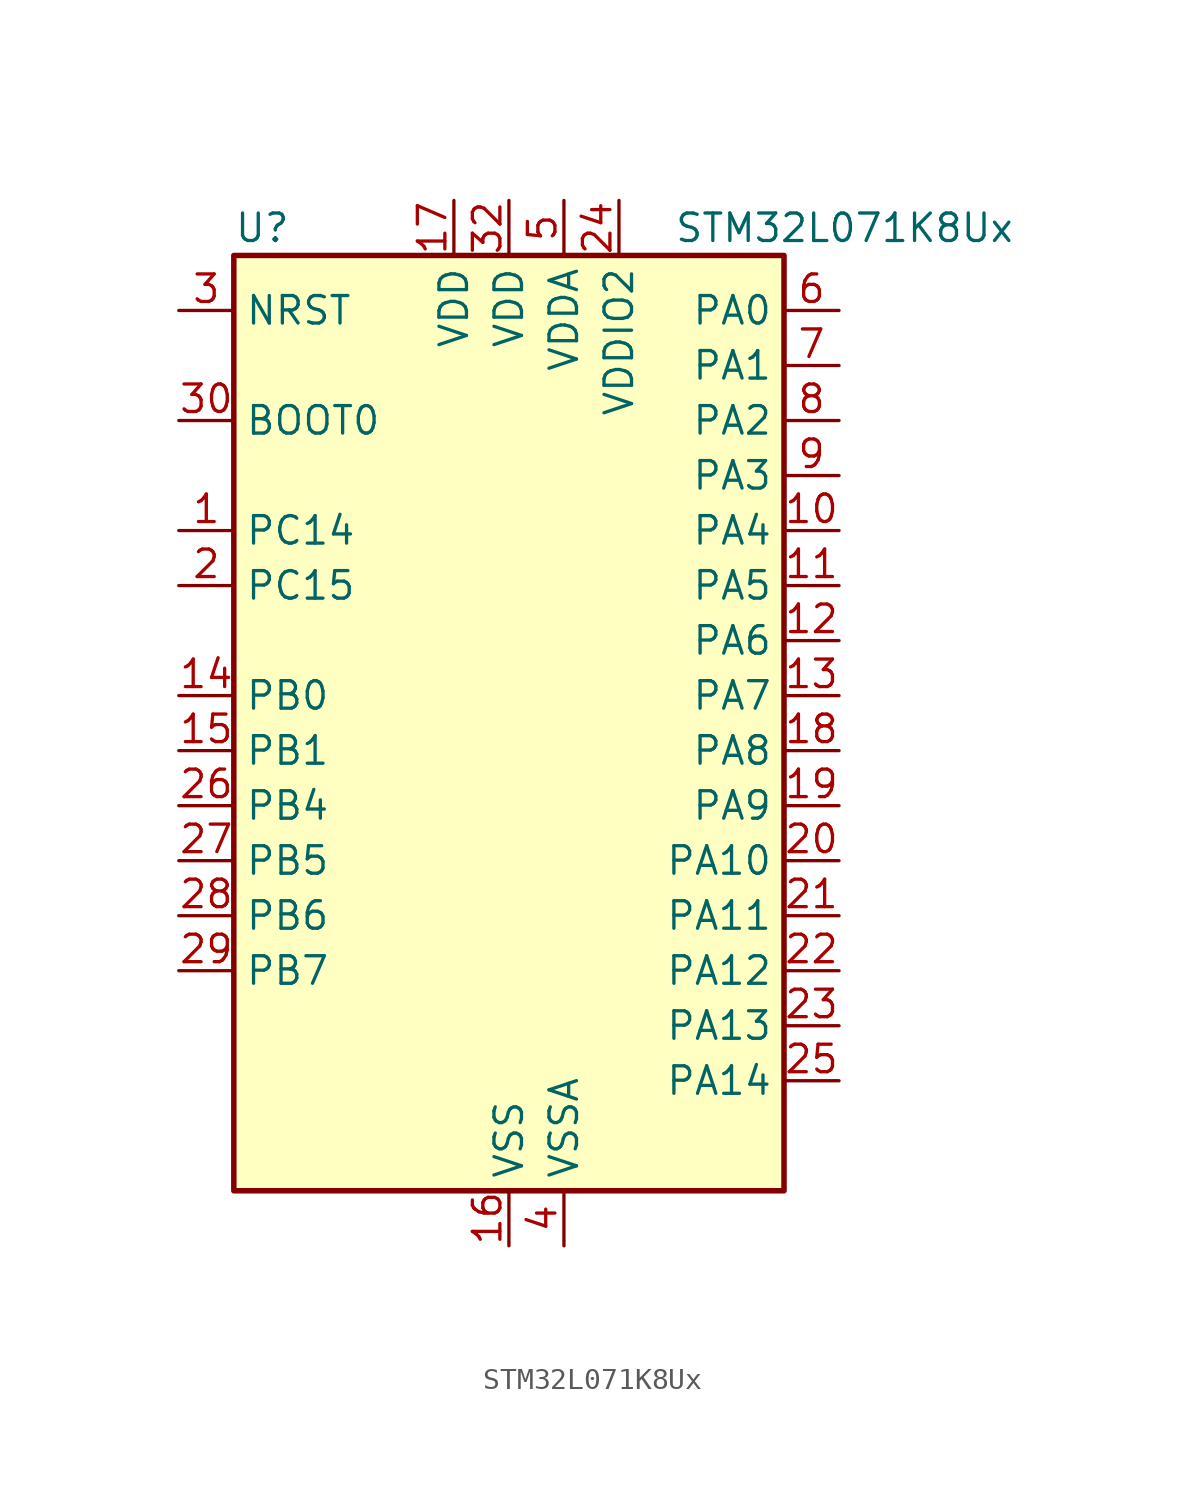
<source format=kicad_sym>
(kicad_symbol_lib
  (version 20220914)
  (generator kicad_symbol_editor)
  (symbol "STM32L071K8Ux"
    (property "Reference" "U"
      (at -12.7 24.13 0)
      (effects (font (size 1.27 1.27)) (justify left)))
    (property "Value" "STM32L071K8Ux"
      (at 7.62 24.13 0)
      (effects (font (size 1.27 1.27)) (justify left)))
    (property "ki_locked" ""
      (at 0 0 0)
      (effects (font (size 1.27 1.27))))
    (symbol "STM32L071K8Ux_0_1"
      (rectangle (start -12.7 -20.32) (end 12.7 22.86) (stroke (width 0.254) (type default)) (fill (type background))))
    (symbol "STM32L071K8Ux_1_1"
      (pin bidirectional line (at -15.24 10.16 0) (length 2.54) (name "PC14" (effects (font (size 1.27 1.27)))) (number "1" (effects (font (size 1.27 1.27)))) (alternate "RCC_OSC32_IN" bidirectional line))
      (pin bidirectional line (at 15.24 10.16 180) (length 2.54) (name "PA4" (effects (font (size 1.27 1.27)))) (number "10" (effects (font (size 1.27 1.27)))) (alternate "ADC_IN4" bidirectional line) (alternate "COMP1_INM" bidirectional line) (alternate "COMP2_INM" bidirectional line) (alternate "SPI1_NSS" bidirectional line) (alternate "TIM22_ETR" bidirectional line) (alternate "USART2_CK" bidirectional line))
      (pin bidirectional line (at 15.24 7.62 180) (length 2.54) (name "PA5" (effects (font (size 1.27 1.27)))) (number "11" (effects (font (size 1.27 1.27)))) (alternate "ADC_IN5" bidirectional line) (alternate "COMP1_INM" bidirectional line) (alternate "COMP2_INM" bidirectional line) (alternate "SPI1_SCK" bidirectional line) (alternate "TIM2_CH1" bidirectional line) (alternate "TIM2_ETR" bidirectional line))
      (pin bidirectional line (at 15.24 5.08 180) (length 2.54) (name "PA6" (effects (font (size 1.27 1.27)))) (number "12" (effects (font (size 1.27 1.27)))) (alternate "ADC_IN6" bidirectional line) (alternate "COMP1_OUT" bidirectional line) (alternate "LPUART1_CTS" bidirectional line) (alternate "SPI1_MISO" bidirectional line) (alternate "TIM22_CH1" bidirectional line) (alternate "TIM3_CH1" bidirectional line))
      (pin bidirectional line (at 15.24 2.54 180) (length 2.54) (name "PA7" (effects (font (size 1.27 1.27)))) (number "13" (effects (font (size 1.27 1.27)))) (alternate "ADC_IN7" bidirectional line) (alternate "COMP2_OUT" bidirectional line) (alternate "SPI1_MOSI" bidirectional line) (alternate "TIM22_CH2" bidirectional line) (alternate "TIM3_CH2" bidirectional line))
      (pin bidirectional line (at -15.24 2.54 0) (length 2.54) (name "PB0" (effects (font (size 1.27 1.27)))) (number "14" (effects (font (size 1.27 1.27)))) (alternate "ADC_IN8" bidirectional line) (alternate "SYS_VREF_OUT_PB0" bidirectional line) (alternate "TIM3_CH3" bidirectional line))
      (pin bidirectional line (at -15.24 0 0) (length 2.54) (name "PB1" (effects (font (size 1.27 1.27)))) (number "15" (effects (font (size 1.27 1.27)))) (alternate "ADC_IN9" bidirectional line) (alternate "LPUART1_DE" bidirectional line) (alternate "LPUART1_RTS" bidirectional line) (alternate "SYS_VREF_OUT_PB1" bidirectional line) (alternate "TIM3_CH4" bidirectional line))
      (pin power_in line (at 0 -22.86 90) (length 2.54) (name "VSS" (effects (font (size 1.27 1.27)))) (number "16" (effects (font (size 1.27 1.27)))))
      (pin power_in line (at -2.54 25.4 270) (length 2.54) (name "VDD" (effects (font (size 1.27 1.27)))) (number "17" (effects (font (size 1.27 1.27)))))
      (pin bidirectional line (at 15.24 0 180) (length 2.54) (name "PA8" (effects (font (size 1.27 1.27)))) (number "18" (effects (font (size 1.27 1.27)))) (alternate "I2C3_SCL" bidirectional line) (alternate "RCC_MCO" bidirectional line) (alternate "USART1_CK" bidirectional line))
      (pin bidirectional line (at 15.24 -2.54 180) (length 2.54) (name "PA9" (effects (font (size 1.27 1.27)))) (number "19" (effects (font (size 1.27 1.27)))) (alternate "I2C1_SCL" bidirectional line) (alternate "I2C3_SMBA" bidirectional line) (alternate "RCC_MCO" bidirectional line) (alternate "USART1_TX" bidirectional line))
      (pin bidirectional line (at -15.24 7.62 0) (length 2.54) (name "PC15" (effects (font (size 1.27 1.27)))) (number "2" (effects (font (size 1.27 1.27)))) (alternate "RCC_OSC32_OUT" bidirectional line))
      (pin bidirectional line (at 15.24 -5.08 180) (length 2.54) (name "PA10" (effects (font (size 1.27 1.27)))) (number "20" (effects (font (size 1.27 1.27)))) (alternate "I2C1_SDA" bidirectional line) (alternate "USART1_RX" bidirectional line))
      (pin bidirectional line (at 15.24 -7.62 180) (length 2.54) (name "PA11" (effects (font (size 1.27 1.27)))) (number "21" (effects (font (size 1.27 1.27)))) (alternate "ADC_EXTI11" bidirectional line) (alternate "COMP1_OUT" bidirectional line) (alternate "SPI1_MISO" bidirectional line) (alternate "USART1_CTS" bidirectional line))
      (pin bidirectional line (at 15.24 -10.16 180) (length 2.54) (name "PA12" (effects (font (size 1.27 1.27)))) (number "22" (effects (font (size 1.27 1.27)))) (alternate "COMP2_OUT" bidirectional line) (alternate "SPI1_MOSI" bidirectional line) (alternate "USART1_DE" bidirectional line) (alternate "USART1_RTS" bidirectional line))
      (pin bidirectional line (at 15.24 -12.7 180) (length 2.54) (name "PA13" (effects (font (size 1.27 1.27)))) (number "23" (effects (font (size 1.27 1.27)))) (alternate "LPUART1_RX" bidirectional line) (alternate "SYS_SWDIO" bidirectional line))
      (pin power_in line (at 5.08 25.4 270) (length 2.54) (name "VDDIO2" (effects (font (size 1.27 1.27)))) (number "24" (effects (font (size 1.27 1.27)))))
      (pin bidirectional line (at 15.24 -15.24 180) (length 2.54) (name "PA14" (effects (font (size 1.27 1.27)))) (number "25" (effects (font (size 1.27 1.27)))) (alternate "LPUART1_TX" bidirectional line) (alternate "SYS_SWCLK" bidirectional line) (alternate "USART2_TX" bidirectional line))
      (pin bidirectional line (at -15.24 -2.54 0) (length 2.54) (name "PB4" (effects (font (size 1.27 1.27)))) (number "26" (effects (font (size 1.27 1.27)))) (alternate "COMP2_INP" bidirectional line) (alternate "I2C3_SDA" bidirectional line) (alternate "SPI1_MISO" bidirectional line) (alternate "TIM22_CH1" bidirectional line) (alternate "TIM3_CH1" bidirectional line) (alternate "USART1_CTS" bidirectional line))
      (pin bidirectional line (at -15.24 -5.08 0) (length 2.54) (name "PB5" (effects (font (size 1.27 1.27)))) (number "27" (effects (font (size 1.27 1.27)))) (alternate "COMP2_INP" bidirectional line) (alternate "I2C1_SMBA" bidirectional line) (alternate "LPTIM1_IN1" bidirectional line) (alternate "SPI1_MOSI" bidirectional line) (alternate "TIM22_CH2" bidirectional line) (alternate "TIM3_CH2" bidirectional line) (alternate "USART1_CK" bidirectional line))
      (pin bidirectional line (at -15.24 -7.62 0) (length 2.54) (name "PB6" (effects (font (size 1.27 1.27)))) (number "28" (effects (font (size 1.27 1.27)))) (alternate "COMP2_INP" bidirectional line) (alternate "I2C1_SCL" bidirectional line) (alternate "LPTIM1_ETR" bidirectional line) (alternate "USART1_TX" bidirectional line))
      (pin bidirectional line (at -15.24 -10.16 0) (length 2.54) (name "PB7" (effects (font (size 1.27 1.27)))) (number "29" (effects (font (size 1.27 1.27)))) (alternate "COMP2_INP" bidirectional line) (alternate "I2C1_SDA" bidirectional line) (alternate "LPTIM1_IN2" bidirectional line) (alternate "SYS_PVD_IN" bidirectional line) (alternate "USART1_RX" bidirectional line) (alternate "USART4_CTS" bidirectional line))
      (pin input line (at -15.24 20.32 0) (length 2.54) (name "NRST" (effects (font (size 1.27 1.27)))) (number "3" (effects (font (size 1.27 1.27)))))
      (pin input line (at -15.24 15.24 0) (length 2.54) (name "BOOT0" (effects (font (size 1.27 1.27)))) (number "30" (effects (font (size 1.27 1.27)))))
      (pin passive line (at 0 -22.86 90) (length 2.54) hide (name "VSS" (effects (font (size 1.27 1.27)))) (number "31" (effects (font (size 1.27 1.27)))))
      (pin power_in line (at 0 25.4 270) (length 2.54) (name "VDD" (effects (font (size 1.27 1.27)))) (number "32" (effects (font (size 1.27 1.27)))))
      (pin passive line (at 0 -22.86 90) (length 2.54) hide (name "VSS" (effects (font (size 1.27 1.27)))) (number "33" (effects (font (size 1.27 1.27)))))
      (pin power_in line (at 2.54 -22.86 90) (length 2.54) (name "VSSA" (effects (font (size 1.27 1.27)))) (number "4" (effects (font (size 1.27 1.27)))))
      (pin power_in line (at 2.54 25.4 270) (length 2.54) (name "VDDA" (effects (font (size 1.27 1.27)))) (number "5" (effects (font (size 1.27 1.27)))))
      (pin bidirectional line (at 15.24 20.32 180) (length 2.54) (name "PA0" (effects (font (size 1.27 1.27)))) (number "6" (effects (font (size 1.27 1.27)))) (alternate "ADC_IN0" bidirectional line) (alternate "COMP1_INM" bidirectional line) (alternate "COMP1_OUT" bidirectional line) (alternate "RTC_TAMP2" bidirectional line) (alternate "SYS_WKUP1" bidirectional line) (alternate "TIM2_CH1" bidirectional line) (alternate "TIM2_ETR" bidirectional line) (alternate "USART2_CTS" bidirectional line) (alternate "USART4_TX" bidirectional line))
      (pin bidirectional line (at 15.24 17.78 180) (length 2.54) (name "PA1" (effects (font (size 1.27 1.27)))) (number "7" (effects (font (size 1.27 1.27)))) (alternate "ADC_IN1" bidirectional line) (alternate "COMP1_INP" bidirectional line) (alternate "TIM21_ETR" bidirectional line) (alternate "TIM2_CH2" bidirectional line) (alternate "USART2_DE" bidirectional line) (alternate "USART2_RTS" bidirectional line) (alternate "USART4_RX" bidirectional line))
      (pin bidirectional line (at 15.24 15.24 180) (length 2.54) (name "PA2" (effects (font (size 1.27 1.27)))) (number "8" (effects (font (size 1.27 1.27)))) (alternate "ADC_IN2" bidirectional line) (alternate "COMP2_INM" bidirectional line) (alternate "COMP2_OUT" bidirectional line) (alternate "LPUART1_TX" bidirectional line) (alternate "TIM21_CH1" bidirectional line) (alternate "TIM2_CH3" bidirectional line) (alternate "USART2_TX" bidirectional line))
      (pin bidirectional line (at 15.24 12.7 180) (length 2.54) (name "PA3" (effects (font (size 1.27 1.27)))) (number "9" (effects (font (size 1.27 1.27)))) (alternate "ADC_IN3" bidirectional line) (alternate "COMP2_INP" bidirectional line) (alternate "LPUART1_RX" bidirectional line) (alternate "TIM21_CH2" bidirectional line) (alternate "TIM2_CH4" bidirectional line) (alternate "USART2_RX" bidirectional line)))))
</source>
